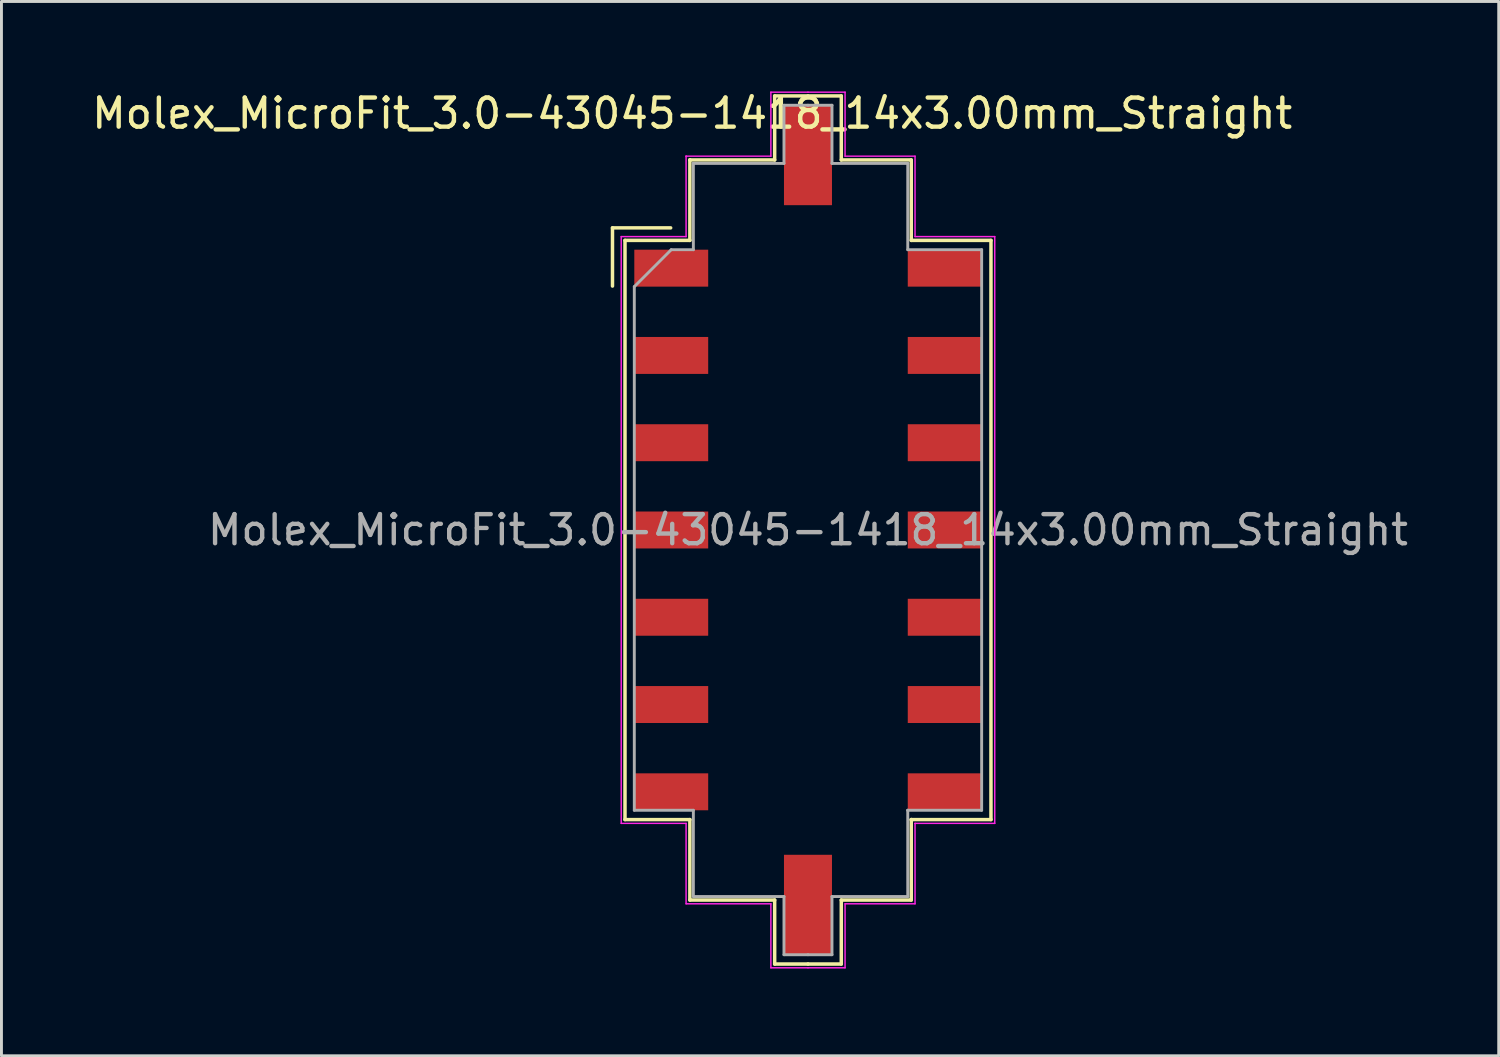
<source format=kicad_pcb>
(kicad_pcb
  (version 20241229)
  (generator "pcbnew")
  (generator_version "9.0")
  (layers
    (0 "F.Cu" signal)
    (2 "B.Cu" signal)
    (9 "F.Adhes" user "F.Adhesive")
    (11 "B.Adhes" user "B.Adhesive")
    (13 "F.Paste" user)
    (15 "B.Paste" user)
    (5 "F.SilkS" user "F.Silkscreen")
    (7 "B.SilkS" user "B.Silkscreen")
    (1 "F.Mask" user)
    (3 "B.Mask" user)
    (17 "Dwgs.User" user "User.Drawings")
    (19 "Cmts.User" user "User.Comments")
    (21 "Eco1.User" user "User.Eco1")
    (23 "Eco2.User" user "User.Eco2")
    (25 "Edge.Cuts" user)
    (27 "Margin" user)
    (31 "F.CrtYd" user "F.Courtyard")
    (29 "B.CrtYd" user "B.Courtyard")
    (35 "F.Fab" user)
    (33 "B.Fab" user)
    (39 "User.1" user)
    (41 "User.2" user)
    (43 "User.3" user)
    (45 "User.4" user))
  (footprint "Molex_MicroFit_3.0-43045-1418_14x3.00mm_Straight"
    (layer "F.Cu")
    (at 24.724 15.168)
    (property "Reference" "Molex_MicroFit_3.0-43045-1418_14x3.00mm_Straight" (at -3.98 -14.32 0) (layer "F.SilkS") (effects (font (size 1 1) (thickness 0.15))))
    (attr smd)
    (fp_line (start -6.72 -10.385) (end -6.72 -8.385) (stroke (width 0.12) (type solid)) (layer "F.SilkS"))
    (fp_line (start -6.29 -9.955) (end -4.06 -9.955) (stroke (width 0.12) (type solid)) (layer "F.SilkS"))
    (fp_line (start -6.29 9.955) (end -6.29 -9.955) (stroke (width 0.12) (type solid)) (layer "F.SilkS"))
    (fp_line (start -4.72 -10.385) (end -6.72 -10.385) (stroke (width 0.12) (type solid)) (layer "F.SilkS"))
    (fp_line (start -4.06 -12.72) (end -4.06 -12.72) (stroke (width 0.12) (type solid)) (layer "F.SilkS"))
    (fp_line (start -4.06 -12.72) (end -1.145 -12.72) (stroke (width 0.12) (type solid)) (layer "F.SilkS"))
    (fp_line (start -4.06 -9.955) (end -4.06 -12.72) (stroke (width 0.12) (type solid)) (layer "F.SilkS"))
    (fp_line (start -4.06 9.955) (end -6.29 9.955) (stroke (width 0.12) (type solid)) (layer "F.SilkS"))
    (fp_line (start -4.06 12.72) (end -4.06 9.955) (stroke (width 0.12) (type solid)) (layer "F.SilkS"))
    (fp_line (start -1.145 -14.92) (end 0 -14.92) (stroke (width 0.12) (type solid)) (layer "F.SilkS"))
    (fp_line (start -1.145 -12.72) (end -1.145 -14.92) (stroke (width 0.12) (type solid)) (layer "F.SilkS"))
    (fp_line (start -1.145 12.72) (end -4.06 12.72) (stroke (width 0.12) (type solid)) (layer "F.SilkS"))
    (fp_line (start -1.145 14.92) (end -1.145 12.72) (stroke (width 0.12) (type solid)) (layer "F.SilkS"))
    (fp_line (start 0 -14.92) (end 1.145 -14.92) (stroke (width 0.12) (type solid)) (layer "F.SilkS"))
    (fp_line (start 0 14.92) (end -1.145 14.92) (stroke (width 0.12) (type solid)) (layer "F.SilkS"))
    (fp_line (start 1.145 -14.92) (end 1.145 -12.72) (stroke (width 0.12) (type solid)) (layer "F.SilkS"))
    (fp_line (start 1.145 -12.72) (end 3.55 -12.72) (stroke (width 0.12) (type solid)) (layer "F.SilkS"))
    (fp_line (start 1.145 12.72) (end 1.145 14.92) (stroke (width 0.12) (type solid)) (layer "F.SilkS"))
    (fp_line (start 1.145 14.92) (end 0 14.92) (stroke (width 0.12) (type solid)) (layer "F.SilkS"))
    (fp_line (start 3.55 -12.72) (end 3.55 -9.955) (stroke (width 0.12) (type solid)) (layer "F.SilkS"))
    (fp_line (start 3.55 -9.955) (end 6.29 -9.955) (stroke (width 0.12) (type solid)) (layer "F.SilkS"))
    (fp_line (start 3.55 9.955) (end 3.55 9.955) (stroke (width 0.12) (type solid)) (layer "F.SilkS"))
    (fp_line (start 3.55 9.955) (end 3.55 12.72) (stroke (width 0.12) (type solid)) (layer "F.SilkS"))
    (fp_line (start 3.55 12.72) (end 1.145 12.72) (stroke (width 0.12) (type solid)) (layer "F.SilkS"))
    (fp_line (start 6.29 -9.955) (end 6.29 9.955) (stroke (width 0.12) (type solid)) (layer "F.SilkS"))
    (fp_line (start 6.29 9.955) (end 3.55 9.955) (stroke (width 0.12) (type solid)) (layer "F.SilkS"))
    (fp_line (start -6.42 -10.085) (end -4.19 -10.085) (stroke (width 0.05) (type solid)) (layer "F.CrtYd"))
    (fp_line (start -6.42 10.085) (end -6.42 -10.085) (stroke (width 0.05) (type solid)) (layer "F.CrtYd"))
    (fp_line (start -4.19 -12.85) (end -4.19 -12.85) (stroke (width 0.05) (type solid)) (layer "F.CrtYd"))
    (fp_line (start -4.19 -12.85) (end -1.275 -12.85) (stroke (width 0.05) (type solid)) (layer "F.CrtYd"))
    (fp_line (start -4.19 -10.085) (end -4.19 -12.85) (stroke (width 0.05) (type solid)) (layer "F.CrtYd"))
    (fp_line (start -4.19 10.085) (end -6.42 10.085) (stroke (width 0.05) (type solid)) (layer "F.CrtYd"))
    (fp_line (start -4.19 12.85) (end -4.19 10.085) (stroke (width 0.05) (type solid)) (layer "F.CrtYd"))
    (fp_line (start -1.275 -15.05) (end 0 -15.05) (stroke (width 0.05) (type solid)) (layer "F.CrtYd"))
    (fp_line (start -1.275 -12.85) (end -1.275 -15.05) (stroke (width 0.05) (type solid)) (layer "F.CrtYd"))
    (fp_line (start -1.275 12.85) (end -4.19 12.85) (stroke (width 0.05) (type solid)) (layer "F.CrtYd"))
    (fp_line (start -1.275 15.05) (end -1.275 12.85) (stroke (width 0.05) (type solid)) (layer "F.CrtYd"))
    (fp_line (start 0 -15.05) (end 1.275 -15.05) (stroke (width 0.05) (type solid)) (layer "F.CrtYd"))
    (fp_line (start 0 15.05) (end -1.275 15.05) (stroke (width 0.05) (type solid)) (layer "F.CrtYd"))
    (fp_line (start 1.275 -15.05) (end 1.275 -12.85) (stroke (width 0.05) (type solid)) (layer "F.CrtYd"))
    (fp_line (start 1.275 -12.85) (end 3.68 -12.85) (stroke (width 0.05) (type solid)) (layer "F.CrtYd"))
    (fp_line (start 1.275 12.85) (end 1.275 15.05) (stroke (width 0.05) (type solid)) (layer "F.CrtYd"))
    (fp_line (start 1.275 15.05) (end 0 15.05) (stroke (width 0.05) (type solid)) (layer "F.CrtYd"))
    (fp_line (start 3.68 -12.85) (end 3.68 -10.085) (stroke (width 0.05) (type solid)) (layer "F.CrtYd"))
    (fp_line (start 3.68 -10.085) (end 6.42 -10.085) (stroke (width 0.05) (type solid)) (layer "F.CrtYd"))
    (fp_line (start 3.68 10.085) (end 3.68 10.085) (stroke (width 0.05) (type solid)) (layer "F.CrtYd"))
    (fp_line (start 3.68 10.085) (end 3.68 12.85) (stroke (width 0.05) (type solid)) (layer "F.CrtYd"))
    (fp_line (start 3.68 12.85) (end 1.275 12.85) (stroke (width 0.05) (type solid)) (layer "F.CrtYd"))
    (fp_line (start 6.42 -10.085) (end 6.42 10.085) (stroke (width 0.05) (type solid)) (layer "F.CrtYd"))
    (fp_line (start 6.42 10.085) (end 3.68 10.085) (stroke (width 0.05) (type solid)) (layer "F.CrtYd"))
    (fp_line (start -5.97 -8.365) (end -4.7 -9.635) (stroke (width 0.1) (type solid)) (layer "F.Fab"))
    (fp_line (start -5.97 9.635) (end -5.97 -8.365) (stroke (width 0.1) (type solid)) (layer "F.Fab"))
    (fp_line (start -4.7 -9.635) (end -3.94 -9.635) (stroke (width 0.1) (type solid)) (layer "F.Fab"))
    (fp_line (start -3.94 -12.6) (end -3.94 -12.6) (stroke (width 0.1) (type solid)) (layer "F.Fab"))
    (fp_line (start -3.94 -12.6) (end -0.825 -12.6) (stroke (width 0.1) (type solid)) (layer "F.Fab"))
    (fp_line (start -3.94 -9.635) (end -3.94 -12.6) (stroke (width 0.1) (type solid)) (layer "F.Fab"))
    (fp_line (start -3.94 9.635) (end -5.97 9.635) (stroke (width 0.1) (type solid)) (layer "F.Fab"))
    (fp_line (start -3.94 12.6) (end -3.94 9.635) (stroke (width 0.1) (type solid)) (layer "F.Fab"))
    (fp_line (start -0.825 -14.6) (end 0 -14.6) (stroke (width 0.1) (type solid)) (layer "F.Fab"))
    (fp_line (start -0.825 -12.6) (end -0.825 -14.6) (stroke (width 0.1) (type solid)) (layer "F.Fab"))
    (fp_line (start -0.825 12.6) (end -3.94 12.6) (stroke (width 0.1) (type solid)) (layer "F.Fab"))
    (fp_line (start -0.825 14.6) (end -0.825 12.6) (stroke (width 0.1) (type solid)) (layer "F.Fab"))
    (fp_line (start 0 -14.6) (end 0.825 -14.6) (stroke (width 0.1) (type solid)) (layer "F.Fab"))
    (fp_line (start 0 14.6) (end -0.825 14.6) (stroke (width 0.1) (type solid)) (layer "F.Fab"))
    (fp_line (start 0.825 -14.6) (end 0.825 -12.6) (stroke (width 0.1) (type solid)) (layer "F.Fab"))
    (fp_line (start 0.825 -12.6) (end 3.43 -12.6) (stroke (width 0.1) (type solid)) (layer "F.Fab"))
    (fp_line (start 0.825 12.6) (end 0.825 14.6) (stroke (width 0.1) (type solid)) (layer "F.Fab"))
    (fp_line (start 0.825 14.6) (end 0 14.6) (stroke (width 0.1) (type solid)) (layer "F.Fab"))
    (fp_line (start 3.43 -12.6) (end 3.43 -9.635) (stroke (width 0.1) (type solid)) (layer "F.Fab"))
    (fp_line (start 3.43 -9.635) (end 5.97 -9.635) (stroke (width 0.1) (type solid)) (layer "F.Fab"))
    (fp_line (start 3.43 9.635) (end 3.43 9.635) (stroke (width 0.1) (type solid)) (layer "F.Fab"))
    (fp_line (start 3.43 9.635) (end 3.43 12.6) (stroke (width 0.1) (type solid)) (layer "F.Fab"))
    (fp_line (start 3.43 12.6) (end 0.825 12.6) (stroke (width 0.1) (type solid)) (layer "F.Fab"))
    (fp_line (start 5.97 -9.635) (end 5.97 9.635) (stroke (width 0.1) (type solid)) (layer "F.Fab"))
    (fp_line (start 5.97 9.635) (end 3.43 9.635) (stroke (width 0.1) (type solid)) (layer "F.Fab"))
    (fp_text user "${REFERENCE}" (at 0 0 0) (layer "F.Fab") (effects (font (size 1 1) (thickness 0.15))))
    (pad "" smd rect (at 0 -12.88) (size 1.65 3.43) (layers "F.Cu" "F.Mask" "F.Paste"))
    (pad "" smd rect (at 0 12.88) (size 1.65 3.43) (layers "F.Cu" "F.Mask" "F.Paste"))
    (pad "1" smd rect (at -4.7 -9) (size 2.54 1.27) (layers "F.Cu" "F.Mask" "F.Paste"))
    (pad "2" smd rect (at -4.7 -6) (size 2.54 1.27) (layers "F.Cu" "F.Mask" "F.Paste"))
    (pad "3" smd rect (at -4.7 -3) (size 2.54 1.27) (layers "F.Cu" "F.Mask" "F.Paste"))
    (pad "4" smd rect (at -4.7 0) (size 2.54 1.27) (layers "F.Cu" "F.Mask" "F.Paste"))
    (pad "5" smd rect (at -4.7 3) (size 2.54 1.27) (layers "F.Cu" "F.Mask" "F.Paste"))
    (pad "6" smd rect (at -4.7 6) (size 2.54 1.27) (layers "F.Cu" "F.Mask" "F.Paste"))
    (pad "7" smd rect (at -4.7 9) (size 2.54 1.27) (layers "F.Cu" "F.Mask" "F.Paste"))
    (pad "8" smd rect (at 4.7 9) (size 2.54 1.27) (layers "F.Cu" "F.Mask" "F.Paste"))
    (pad "9" smd rect (at 4.7 6) (size 2.54 1.27) (layers "F.Cu" "F.Mask" "F.Paste"))
    (pad "10" smd rect (at 4.7 3) (size 2.54 1.27) (layers "F.Cu" "F.Mask" "F.Paste"))
    (pad "11" smd rect (at 4.7 0) (size 2.54 1.27) (layers "F.Cu" "F.Mask" "F.Paste"))
    (pad "12" smd rect (at 4.7 -3) (size 2.54 1.27) (layers "F.Cu" "F.Mask" "F.Paste"))
    (pad "13" smd rect (at 4.7 -6) (size 2.54 1.27) (layers "F.Cu" "F.Mask" "F.Paste"))
    (pad "14" smd rect (at 4.7 -9) (size 2.54 1.27) (layers "F.Cu" "F.Mask" "F.Paste")))
  (gr_rect
    (start -3 -3)
    (end 48.468 33.243)
    (stroke (width 0.1) (type default))
    (fill no)
    (layer "Edge.Cuts")))
</source>
